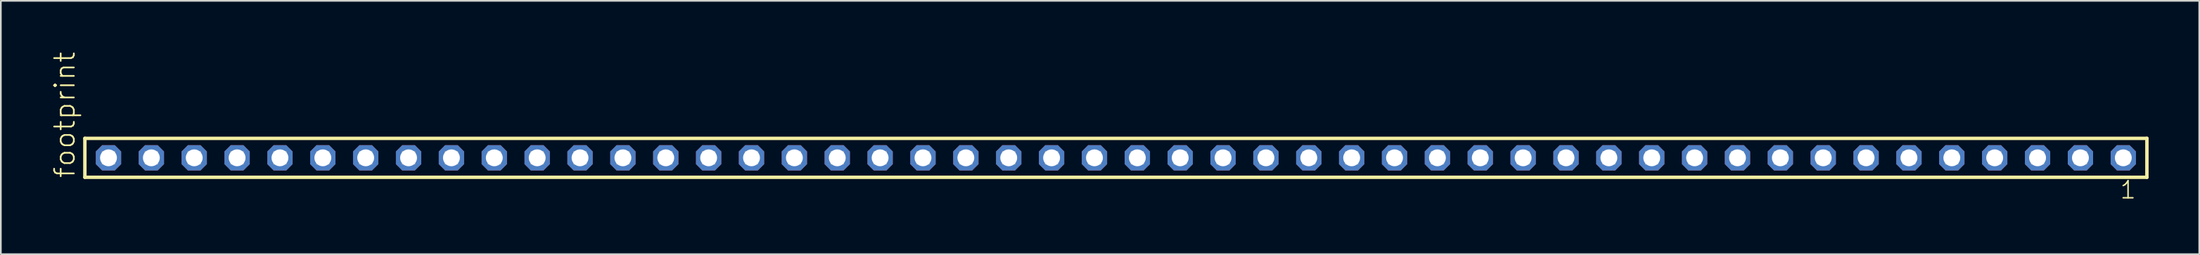
<source format=kicad_pcb>
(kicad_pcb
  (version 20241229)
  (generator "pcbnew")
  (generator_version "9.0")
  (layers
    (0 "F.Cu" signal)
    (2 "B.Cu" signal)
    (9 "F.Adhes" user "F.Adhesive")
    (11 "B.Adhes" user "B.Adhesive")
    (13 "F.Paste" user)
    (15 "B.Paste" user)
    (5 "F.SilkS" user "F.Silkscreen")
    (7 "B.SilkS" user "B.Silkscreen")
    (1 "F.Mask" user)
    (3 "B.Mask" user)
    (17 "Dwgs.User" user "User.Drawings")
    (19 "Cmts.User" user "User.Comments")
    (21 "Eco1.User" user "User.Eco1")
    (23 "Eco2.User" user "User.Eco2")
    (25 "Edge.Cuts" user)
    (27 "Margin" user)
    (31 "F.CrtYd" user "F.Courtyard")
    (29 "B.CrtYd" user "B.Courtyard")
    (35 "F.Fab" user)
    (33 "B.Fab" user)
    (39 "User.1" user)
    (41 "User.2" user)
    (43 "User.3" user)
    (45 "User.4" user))
  (footprint "footprint"
    (layer "F.Cu")
    (at 63.068 6.312)
    (property "Reference" "footprint" (at -61.595 1.27 90) (layer "F.SilkS") (effects (font (size 1.168 1.168) (thickness 0.102)) (justify left bottom)))
    (fp_line (start -61.089 -1.155) (end 61.089 -1.155) (stroke (width 0.203) (type solid)) (layer "F.SilkS"))
    (fp_line (start -61.089 1.155) (end -61.089 -1.155) (stroke (width 0.203) (type solid)) (layer "F.SilkS"))
    (fp_line (start 61.089 -1.155) (end 61.089 1.155) (stroke (width 0.203) (type solid)) (layer "F.SilkS"))
    (fp_line (start 61.089 1.155) (end -61.089 1.155) (stroke (width 0.203) (type solid)) (layer "F.SilkS"))
    (fp_poly (pts (xy -60.04 0.35) (xy -59.34 0.35) (xy -59.34 -0.35) (xy -60.04 -0.35)) (stroke (width 0.1) (type solid)) (fill no) (layer "F.Fab"))
    (fp_poly (pts (xy -57.5 0.35) (xy -56.8 0.35) (xy -56.8 -0.35) (xy -57.5 -0.35)) (stroke (width 0.1) (type solid)) (fill no) (layer "F.Fab"))
    (fp_poly (pts (xy -54.96 0.35) (xy -54.26 0.35) (xy -54.26 -0.35) (xy -54.96 -0.35)) (stroke (width 0.1) (type solid)) (fill no) (layer "F.Fab"))
    (fp_poly (pts (xy -52.42 0.35) (xy -51.72 0.35) (xy -51.72 -0.35) (xy -52.42 -0.35)) (stroke (width 0.1) (type solid)) (fill no) (layer "F.Fab"))
    (fp_poly (pts (xy -49.88 0.35) (xy -49.18 0.35) (xy -49.18 -0.35) (xy -49.88 -0.35)) (stroke (width 0.1) (type solid)) (fill no) (layer "F.Fab"))
    (fp_poly (pts (xy -47.34 0.35) (xy -46.64 0.35) (xy -46.64 -0.35) (xy -47.34 -0.35)) (stroke (width 0.1) (type solid)) (fill no) (layer "F.Fab"))
    (fp_poly (pts (xy -44.8 0.35) (xy -44.1 0.35) (xy -44.1 -0.35) (xy -44.8 -0.35)) (stroke (width 0.1) (type solid)) (fill no) (layer "F.Fab"))
    (fp_poly (pts (xy -42.26 0.35) (xy -41.56 0.35) (xy -41.56 -0.35) (xy -42.26 -0.35)) (stroke (width 0.1) (type solid)) (fill no) (layer "F.Fab"))
    (fp_poly (pts (xy -39.72 0.35) (xy -39.02 0.35) (xy -39.02 -0.35) (xy -39.72 -0.35)) (stroke (width 0.1) (type solid)) (fill no) (layer "F.Fab"))
    (fp_poly (pts (xy -37.18 0.35) (xy -36.48 0.35) (xy -36.48 -0.35) (xy -37.18 -0.35)) (stroke (width 0.1) (type solid)) (fill no) (layer "F.Fab"))
    (fp_poly (pts (xy -34.64 0.35) (xy -33.94 0.35) (xy -33.94 -0.35) (xy -34.64 -0.35)) (stroke (width 0.1) (type solid)) (fill no) (layer "F.Fab"))
    (fp_poly (pts (xy -32.1 0.35) (xy -31.4 0.35) (xy -31.4 -0.35) (xy -32.1 -0.35)) (stroke (width 0.1) (type solid)) (fill no) (layer "F.Fab"))
    (fp_poly (pts (xy -29.56 0.35) (xy -28.86 0.35) (xy -28.86 -0.35) (xy -29.56 -0.35)) (stroke (width 0.1) (type solid)) (fill no) (layer "F.Fab"))
    (fp_poly (pts (xy -27.02 0.35) (xy -26.32 0.35) (xy -26.32 -0.35) (xy -27.02 -0.35)) (stroke (width 0.1) (type solid)) (fill no) (layer "F.Fab"))
    (fp_poly (pts (xy -24.48 0.35) (xy -23.78 0.35) (xy -23.78 -0.35) (xy -24.48 -0.35)) (stroke (width 0.1) (type solid)) (fill no) (layer "F.Fab"))
    (fp_poly (pts (xy -21.94 0.35) (xy -21.24 0.35) (xy -21.24 -0.35) (xy -21.94 -0.35)) (stroke (width 0.1) (type solid)) (fill no) (layer "F.Fab"))
    (fp_poly (pts (xy -19.4 0.35) (xy -18.7 0.35) (xy -18.7 -0.35) (xy -19.4 -0.35)) (stroke (width 0.1) (type solid)) (fill no) (layer "F.Fab"))
    (fp_poly (pts (xy -16.86 0.35) (xy -16.16 0.35) (xy -16.16 -0.35) (xy -16.86 -0.35)) (stroke (width 0.1) (type solid)) (fill no) (layer "F.Fab"))
    (fp_poly (pts (xy -14.32 0.35) (xy -13.62 0.35) (xy -13.62 -0.35) (xy -14.32 -0.35)) (stroke (width 0.1) (type solid)) (fill no) (layer "F.Fab"))
    (fp_poly (pts (xy -11.78 0.35) (xy -11.08 0.35) (xy -11.08 -0.35) (xy -11.78 -0.35)) (stroke (width 0.1) (type solid)) (fill no) (layer "F.Fab"))
    (fp_poly (pts (xy -9.24 0.35) (xy -8.54 0.35) (xy -8.54 -0.35) (xy -9.24 -0.35)) (stroke (width 0.1) (type solid)) (fill no) (layer "F.Fab"))
    (fp_poly (pts (xy -6.7 0.35) (xy -6 0.35) (xy -6 -0.35) (xy -6.7 -0.35)) (stroke (width 0.1) (type solid)) (fill no) (layer "F.Fab"))
    (fp_poly (pts (xy -4.16 0.35) (xy -3.46 0.35) (xy -3.46 -0.35) (xy -4.16 -0.35)) (stroke (width 0.1) (type solid)) (fill no) (layer "F.Fab"))
    (fp_poly (pts (xy -1.62 0.35) (xy -0.92 0.35) (xy -0.92 -0.35) (xy -1.62 -0.35)) (stroke (width 0.1) (type solid)) (fill no) (layer "F.Fab"))
    (fp_poly (pts (xy 0.92 0.35) (xy 1.62 0.35) (xy 1.62 -0.35) (xy 0.92 -0.35)) (stroke (width 0.1) (type solid)) (fill no) (layer "F.Fab"))
    (fp_poly (pts (xy 3.46 0.35) (xy 4.16 0.35) (xy 4.16 -0.35) (xy 3.46 -0.35)) (stroke (width 0.1) (type solid)) (fill no) (layer "F.Fab"))
    (fp_poly (pts (xy 6 0.35) (xy 6.7 0.35) (xy 6.7 -0.35) (xy 6 -0.35)) (stroke (width 0.1) (type solid)) (fill no) (layer "F.Fab"))
    (fp_poly (pts (xy 8.54 0.35) (xy 9.24 0.35) (xy 9.24 -0.35) (xy 8.54 -0.35)) (stroke (width 0.1) (type solid)) (fill no) (layer "F.Fab"))
    (fp_poly (pts (xy 11.08 0.35) (xy 11.78 0.35) (xy 11.78 -0.35) (xy 11.08 -0.35)) (stroke (width 0.1) (type solid)) (fill no) (layer "F.Fab"))
    (fp_poly (pts (xy 13.62 0.35) (xy 14.32 0.35) (xy 14.32 -0.35) (xy 13.62 -0.35)) (stroke (width 0.1) (type solid)) (fill no) (layer "F.Fab"))
    (fp_poly (pts (xy 16.16 0.35) (xy 16.86 0.35) (xy 16.86 -0.35) (xy 16.16 -0.35)) (stroke (width 0.1) (type solid)) (fill no) (layer "F.Fab"))
    (fp_poly (pts (xy 18.7 0.35) (xy 19.4 0.35) (xy 19.4 -0.35) (xy 18.7 -0.35)) (stroke (width 0.1) (type solid)) (fill no) (layer "F.Fab"))
    (fp_poly (pts (xy 21.24 0.35) (xy 21.94 0.35) (xy 21.94 -0.35) (xy 21.24 -0.35)) (stroke (width 0.1) (type solid)) (fill no) (layer "F.Fab"))
    (fp_poly (pts (xy 23.78 0.35) (xy 24.48 0.35) (xy 24.48 -0.35) (xy 23.78 -0.35)) (stroke (width 0.1) (type solid)) (fill no) (layer "F.Fab"))
    (fp_poly (pts (xy 26.32 0.35) (xy 27.02 0.35) (xy 27.02 -0.35) (xy 26.32 -0.35)) (stroke (width 0.1) (type solid)) (fill no) (layer "F.Fab"))
    (fp_poly (pts (xy 28.86 0.35) (xy 29.56 0.35) (xy 29.56 -0.35) (xy 28.86 -0.35)) (stroke (width 0.1) (type solid)) (fill no) (layer "F.Fab"))
    (fp_poly (pts (xy 31.4 0.35) (xy 32.1 0.35) (xy 32.1 -0.35) (xy 31.4 -0.35)) (stroke (width 0.1) (type solid)) (fill no) (layer "F.Fab"))
    (fp_poly (pts (xy 33.94 0.35) (xy 34.64 0.35) (xy 34.64 -0.35) (xy 33.94 -0.35)) (stroke (width 0.1) (type solid)) (fill no) (layer "F.Fab"))
    (fp_poly (pts (xy 36.48 0.35) (xy 37.18 0.35) (xy 37.18 -0.35) (xy 36.48 -0.35)) (stroke (width 0.1) (type solid)) (fill no) (layer "F.Fab"))
    (fp_poly (pts (xy 39.02 0.35) (xy 39.72 0.35) (xy 39.72 -0.35) (xy 39.02 -0.35)) (stroke (width 0.1) (type solid)) (fill no) (layer "F.Fab"))
    (fp_poly (pts (xy 41.56 0.35) (xy 42.26 0.35) (xy 42.26 -0.35) (xy 41.56 -0.35)) (stroke (width 0.1) (type solid)) (fill no) (layer "F.Fab"))
    (fp_poly (pts (xy 44.1 0.35) (xy 44.8 0.35) (xy 44.8 -0.35) (xy 44.1 -0.35)) (stroke (width 0.1) (type solid)) (fill no) (layer "F.Fab"))
    (fp_poly (pts (xy 46.64 0.35) (xy 47.34 0.35) (xy 47.34 -0.35) (xy 46.64 -0.35)) (stroke (width 0.1) (type solid)) (fill no) (layer "F.Fab"))
    (fp_poly (pts (xy 49.18 0.35) (xy 49.88 0.35) (xy 49.88 -0.35) (xy 49.18 -0.35)) (stroke (width 0.1) (type solid)) (fill no) (layer "F.Fab"))
    (fp_poly (pts (xy 51.72 0.35) (xy 52.42 0.35) (xy 52.42 -0.35) (xy 51.72 -0.35)) (stroke (width 0.1) (type solid)) (fill no) (layer "F.Fab"))
    (fp_poly (pts (xy 54.26 0.35) (xy 54.96 0.35) (xy 54.96 -0.35) (xy 54.26 -0.35)) (stroke (width 0.1) (type solid)) (fill no) (layer "F.Fab"))
    (fp_poly (pts (xy 56.8 0.35) (xy 57.5 0.35) (xy 57.5 -0.35) (xy 56.8 -0.35)) (stroke (width 0.1) (type solid)) (fill no) (layer "F.Fab"))
    (fp_poly (pts (xy 59.34 0.35) (xy 60.04 0.35) (xy 60.04 -0.35) (xy 59.34 -0.35)) (stroke (width 0.1) (type solid)) (fill no) (layer "F.Fab"))
    (fp_text user "1" (at 59.432 2.498 0) (layer "F.SilkS") (effects (font (size 1.012 1.012) (thickness 0.088)) (justify left bottom)))
    (pad "1" thru_hole roundrect (at 59.69 0 180) (size 1.5 1.5) (drill 1) (layers "*.Cu" "*.Mask") (roundrect_rratio 0.25) (chamfer_ratio 0.25) (chamfer top_left top_right bottom_left bottom_right))
    (pad "2" thru_hole roundrect (at 57.15 0 180) (size 1.5 1.5) (drill 1) (layers "*.Cu" "*.Mask") (roundrect_rratio 0.25) (chamfer_ratio 0.25) (chamfer top_left top_right bottom_left bottom_right))
    (pad "3" thru_hole roundrect (at 54.61 0 180) (size 1.5 1.5) (drill 1) (layers "*.Cu" "*.Mask") (roundrect_rratio 0.25) (chamfer_ratio 0.25) (chamfer top_left top_right bottom_left bottom_right))
    (pad "4" thru_hole roundrect (at 52.07 0 180) (size 1.5 1.5) (drill 1) (layers "*.Cu" "*.Mask") (roundrect_rratio 0.25) (chamfer_ratio 0.25) (chamfer top_left top_right bottom_left bottom_right))
    (pad "5" thru_hole roundrect (at 49.53 0 180) (size 1.5 1.5) (drill 1) (layers "*.Cu" "*.Mask") (roundrect_rratio 0.25) (chamfer_ratio 0.25) (chamfer top_left top_right bottom_left bottom_right))
    (pad "6" thru_hole roundrect (at 46.99 0 180) (size 1.5 1.5) (drill 1) (layers "*.Cu" "*.Mask") (roundrect_rratio 0.25) (chamfer_ratio 0.25) (chamfer top_left top_right bottom_left bottom_right))
    (pad "7" thru_hole roundrect (at 44.45 0 180) (size 1.5 1.5) (drill 1) (layers "*.Cu" "*.Mask") (roundrect_rratio 0.25) (chamfer_ratio 0.25) (chamfer top_left top_right bottom_left bottom_right))
    (pad "8" thru_hole roundrect (at 41.91 0 180) (size 1.5 1.5) (drill 1) (layers "*.Cu" "*.Mask") (roundrect_rratio 0.25) (chamfer_ratio 0.25) (chamfer top_left top_right bottom_left bottom_right))
    (pad "9" thru_hole roundrect (at 39.37 0 180) (size 1.5 1.5) (drill 1) (layers "*.Cu" "*.Mask") (roundrect_rratio 0.25) (chamfer_ratio 0.25) (chamfer top_left top_right bottom_left bottom_right))
    (pad "10" thru_hole roundrect (at 36.83 0 180) (size 1.5 1.5) (drill 1) (layers "*.Cu" "*.Mask") (roundrect_rratio 0.25) (chamfer_ratio 0.25) (chamfer top_left top_right bottom_left bottom_right))
    (pad "11" thru_hole roundrect (at 34.29 0 180) (size 1.5 1.5) (drill 1) (layers "*.Cu" "*.Mask") (roundrect_rratio 0.25) (chamfer_ratio 0.25) (chamfer top_left top_right bottom_left bottom_right))
    (pad "12" thru_hole roundrect (at 31.75 0 180) (size 1.5 1.5) (drill 1) (layers "*.Cu" "*.Mask") (roundrect_rratio 0.25) (chamfer_ratio 0.25) (chamfer top_left top_right bottom_left bottom_right))
    (pad "13" thru_hole roundrect (at 29.21 0 180) (size 1.5 1.5) (drill 1) (layers "*.Cu" "*.Mask") (roundrect_rratio 0.25) (chamfer_ratio 0.25) (chamfer top_left top_right bottom_left bottom_right))
    (pad "14" thru_hole roundrect (at 26.67 0 180) (size 1.5 1.5) (drill 1) (layers "*.Cu" "*.Mask") (roundrect_rratio 0.25) (chamfer_ratio 0.25) (chamfer top_left top_right bottom_left bottom_right))
    (pad "15" thru_hole roundrect (at 24.13 0 180) (size 1.5 1.5) (drill 1) (layers "*.Cu" "*.Mask") (roundrect_rratio 0.25) (chamfer_ratio 0.25) (chamfer top_left top_right bottom_left bottom_right))
    (pad "16" thru_hole roundrect (at 21.59 0 180) (size 1.5 1.5) (drill 1) (layers "*.Cu" "*.Mask") (roundrect_rratio 0.25) (chamfer_ratio 0.25) (chamfer top_left top_right bottom_left bottom_right))
    (pad "17" thru_hole roundrect (at 19.05 0 180) (size 1.5 1.5) (drill 1) (layers "*.Cu" "*.Mask") (roundrect_rratio 0.25) (chamfer_ratio 0.25) (chamfer top_left top_right bottom_left bottom_right))
    (pad "18" thru_hole roundrect (at 16.51 0 180) (size 1.5 1.5) (drill 1) (layers "*.Cu" "*.Mask") (roundrect_rratio 0.25) (chamfer_ratio 0.25) (chamfer top_left top_right bottom_left bottom_right))
    (pad "19" thru_hole roundrect (at 13.97 0 180) (size 1.5 1.5) (drill 1) (layers "*.Cu" "*.Mask") (roundrect_rratio 0.25) (chamfer_ratio 0.25) (chamfer top_left top_right bottom_left bottom_right))
    (pad "20" thru_hole roundrect (at 11.43 0 180) (size 1.5 1.5) (drill 1) (layers "*.Cu" "*.Mask") (roundrect_rratio 0.25) (chamfer_ratio 0.25) (chamfer top_left top_right bottom_left bottom_right))
    (pad "21" thru_hole roundrect (at 8.89 0 180) (size 1.5 1.5) (drill 1) (layers "*.Cu" "*.Mask") (roundrect_rratio 0.25) (chamfer_ratio 0.25) (chamfer top_left top_right bottom_left bottom_right))
    (pad "22" thru_hole roundrect (at 6.35 0 180) (size 1.5 1.5) (drill 1) (layers "*.Cu" "*.Mask") (roundrect_rratio 0.25) (chamfer_ratio 0.25) (chamfer top_left top_right bottom_left bottom_right))
    (pad "23" thru_hole roundrect (at 3.81 0 180) (size 1.5 1.5) (drill 1) (layers "*.Cu" "*.Mask") (roundrect_rratio 0.25) (chamfer_ratio 0.25) (chamfer top_left top_right bottom_left bottom_right))
    (pad "24" thru_hole roundrect (at 1.27 0 180) (size 1.5 1.5) (drill 1) (layers "*.Cu" "*.Mask") (roundrect_rratio 0.25) (chamfer_ratio 0.25) (chamfer top_left top_right bottom_left bottom_right))
    (pad "25" thru_hole roundrect (at -1.27 0 180) (size 1.5 1.5) (drill 1) (layers "*.Cu" "*.Mask") (roundrect_rratio 0.25) (chamfer_ratio 0.25) (chamfer top_left top_right bottom_left bottom_right))
    (pad "26" thru_hole roundrect (at -3.81 0 180) (size 1.5 1.5) (drill 1) (layers "*.Cu" "*.Mask") (roundrect_rratio 0.25) (chamfer_ratio 0.25) (chamfer top_left top_right bottom_left bottom_right))
    (pad "27" thru_hole roundrect (at -6.35 0 180) (size 1.5 1.5) (drill 1) (layers "*.Cu" "*.Mask") (roundrect_rratio 0.25) (chamfer_ratio 0.25) (chamfer top_left top_right bottom_left bottom_right))
    (pad "28" thru_hole roundrect (at -8.89 0 180) (size 1.5 1.5) (drill 1) (layers "*.Cu" "*.Mask") (roundrect_rratio 0.25) (chamfer_ratio 0.25) (chamfer top_left top_right bottom_left bottom_right))
    (pad "29" thru_hole roundrect (at -11.43 0 180) (size 1.5 1.5) (drill 1) (layers "*.Cu" "*.Mask") (roundrect_rratio 0.25) (chamfer_ratio 0.25) (chamfer top_left top_right bottom_left bottom_right))
    (pad "30" thru_hole roundrect (at -13.97 0 180) (size 1.5 1.5) (drill 1) (layers "*.Cu" "*.Mask") (roundrect_rratio 0.25) (chamfer_ratio 0.25) (chamfer top_left top_right bottom_left bottom_right))
    (pad "31" thru_hole roundrect (at -16.51 0 180) (size 1.5 1.5) (drill 1) (layers "*.Cu" "*.Mask") (roundrect_rratio 0.25) (chamfer_ratio 0.25) (chamfer top_left top_right bottom_left bottom_right))
    (pad "32" thru_hole roundrect (at -19.05 0 180) (size 1.5 1.5) (drill 1) (layers "*.Cu" "*.Mask") (roundrect_rratio 0.25) (chamfer_ratio 0.25) (chamfer top_left top_right bottom_left bottom_right))
    (pad "33" thru_hole roundrect (at -21.59 0 180) (size 1.5 1.5) (drill 1) (layers "*.Cu" "*.Mask") (roundrect_rratio 0.25) (chamfer_ratio 0.25) (chamfer top_left top_right bottom_left bottom_right))
    (pad "34" thru_hole roundrect (at -24.13 0 180) (size 1.5 1.5) (drill 1) (layers "*.Cu" "*.Mask") (roundrect_rratio 0.25) (chamfer_ratio 0.25) (chamfer top_left top_right bottom_left bottom_right))
    (pad "35" thru_hole roundrect (at -26.67 0 180) (size 1.5 1.5) (drill 1) (layers "*.Cu" "*.Mask") (roundrect_rratio 0.25) (chamfer_ratio 0.25) (chamfer top_left top_right bottom_left bottom_right))
    (pad "36" thru_hole roundrect (at -29.21 0 180) (size 1.5 1.5) (drill 1) (layers "*.Cu" "*.Mask") (roundrect_rratio 0.25) (chamfer_ratio 0.25) (chamfer top_left top_right bottom_left bottom_right))
    (pad "37" thru_hole roundrect (at -31.75 0 180) (size 1.5 1.5) (drill 1) (layers "*.Cu" "*.Mask") (roundrect_rratio 0.25) (chamfer_ratio 0.25) (chamfer top_left top_right bottom_left bottom_right))
    (pad "38" thru_hole roundrect (at -34.29 0 180) (size 1.5 1.5) (drill 1) (layers "*.Cu" "*.Mask") (roundrect_rratio 0.25) (chamfer_ratio 0.25) (chamfer top_left top_right bottom_left bottom_right))
    (pad "39" thru_hole roundrect (at -36.83 0 180) (size 1.5 1.5) (drill 1) (layers "*.Cu" "*.Mask") (roundrect_rratio 0.25) (chamfer_ratio 0.25) (chamfer top_left top_right bottom_left bottom_right))
    (pad "40" thru_hole roundrect (at -39.37 0 180) (size 1.5 1.5) (drill 1) (layers "*.Cu" "*.Mask") (roundrect_rratio 0.25) (chamfer_ratio 0.25) (chamfer top_left top_right bottom_left bottom_right))
    (pad "41" thru_hole roundrect (at -41.91 0 180) (size 1.5 1.5) (drill 1) (layers "*.Cu" "*.Mask") (roundrect_rratio 0.25) (chamfer_ratio 0.25) (chamfer top_left top_right bottom_left bottom_right))
    (pad "42" thru_hole roundrect (at -44.45 0 180) (size 1.5 1.5) (drill 1) (layers "*.Cu" "*.Mask") (roundrect_rratio 0.25) (chamfer_ratio 0.25) (chamfer top_left top_right bottom_left bottom_right))
    (pad "43" thru_hole roundrect (at -46.99 0 180) (size 1.5 1.5) (drill 1) (layers "*.Cu" "*.Mask") (roundrect_rratio 0.25) (chamfer_ratio 0.25) (chamfer top_left top_right bottom_left bottom_right))
    (pad "44" thru_hole roundrect (at -49.53 0 180) (size 1.5 1.5) (drill 1) (layers "*.Cu" "*.Mask") (roundrect_rratio 0.25) (chamfer_ratio 0.25) (chamfer top_left top_right bottom_left bottom_right))
    (pad "45" thru_hole roundrect (at -52.07 0 180) (size 1.5 1.5) (drill 1) (layers "*.Cu" "*.Mask") (roundrect_rratio 0.25) (chamfer_ratio 0.25) (chamfer top_left top_right bottom_left bottom_right))
    (pad "46" thru_hole roundrect (at -54.61 0 180) (size 1.5 1.5) (drill 1) (layers "*.Cu" "*.Mask") (roundrect_rratio 0.25) (chamfer_ratio 0.25) (chamfer top_left top_right bottom_left bottom_right))
    (pad "47" thru_hole roundrect (at -57.15 0 180) (size 1.5 1.5) (drill 1) (layers "*.Cu" "*.Mask") (roundrect_rratio 0.25) (chamfer_ratio 0.25) (chamfer top_left top_right bottom_left bottom_right))
    (pad "48" thru_hole roundrect (at -59.69 0 180) (size 1.5 1.5) (drill 1) (layers "*.Cu" "*.Mask") (roundrect_rratio 0.25) (chamfer_ratio 0.25) (chamfer top_left top_right bottom_left bottom_right)))
  (gr_rect
    (start -3 -3)
    (end 127.259 12.027)
    (stroke (width 0.1) (type default))
    (fill no)
    (layer "Edge.Cuts")))
</source>
